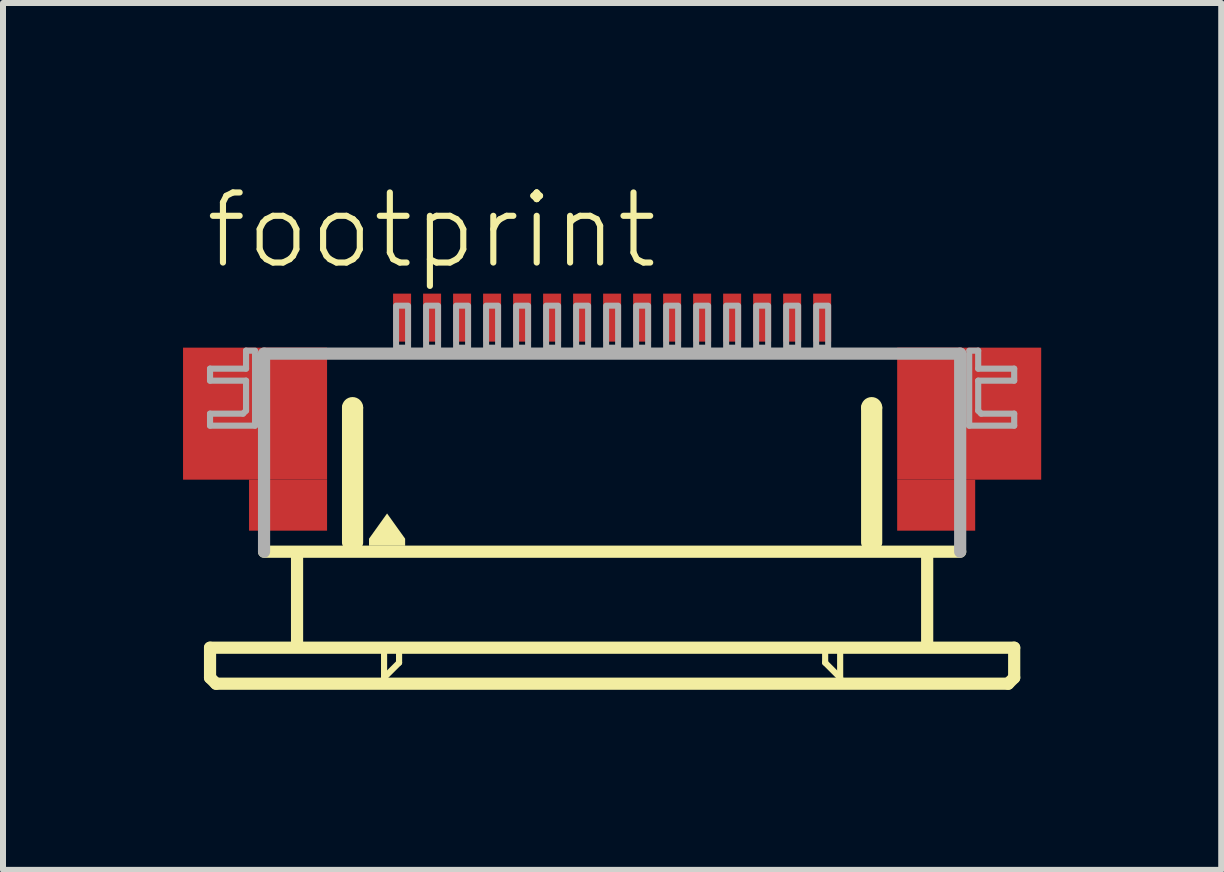
<source format=kicad_pcb>
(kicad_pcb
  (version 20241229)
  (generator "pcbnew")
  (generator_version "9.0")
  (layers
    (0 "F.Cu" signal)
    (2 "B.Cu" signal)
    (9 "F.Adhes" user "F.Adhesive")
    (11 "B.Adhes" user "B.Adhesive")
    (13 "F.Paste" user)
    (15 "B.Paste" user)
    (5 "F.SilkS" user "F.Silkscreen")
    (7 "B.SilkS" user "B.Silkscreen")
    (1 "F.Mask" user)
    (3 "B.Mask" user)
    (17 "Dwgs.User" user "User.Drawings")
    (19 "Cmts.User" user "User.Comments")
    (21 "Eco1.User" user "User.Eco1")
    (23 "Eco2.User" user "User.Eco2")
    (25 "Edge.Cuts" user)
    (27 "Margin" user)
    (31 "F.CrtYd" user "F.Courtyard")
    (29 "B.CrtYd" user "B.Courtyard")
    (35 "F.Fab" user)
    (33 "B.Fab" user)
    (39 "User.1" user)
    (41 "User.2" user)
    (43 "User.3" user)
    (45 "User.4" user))
  (footprint "footprint"
    (layer "F.Cu")
    (at 7.15 4.743)
    (property "Reference" "footprint" (at -6.83 -3.27 0) (layer "F.SilkS") (effects (font (size 1.168 1.168) (thickness 0.102)) (justify left bottom)))
    (fp_poly (pts (xy -7.15 0.2) (xy -4.75 0.2) (xy -4.75 -2) (xy -7.15 -2)) (stroke (width 0) (type solid)) (fill yes) (layer "F.Cu"))
    (fp_poly (pts (xy -6.05 1.05) (xy -4.75 1.05) (xy -4.75 0.2) (xy -6.05 0.2)) (stroke (width 0) (type solid)) (fill yes) (layer "F.Cu"))
    (fp_poly (pts (xy 4.75 0.2) (xy 7.15 0.2) (xy 7.15 -2) (xy 4.75 -2)) (stroke (width 0) (type solid)) (fill yes) (layer "F.Cu"))
    (fp_poly (pts (xy 4.75 1.05) (xy 6.05 1.05) (xy 6.05 0.2) (xy 4.75 0.2)) (stroke (width 0) (type solid)) (fill yes) (layer "F.Cu"))
    (fp_poly (pts (xy -7.15 0.2) (xy -6 0.2) (xy -6 -2) (xy -7.15 -2)) (stroke (width 0) (type solid)) (fill yes) (layer "F.Mask"))
    (fp_poly (pts (xy -6.05 1.05) (xy -4.75 1.05) (xy -4.75 -2) (xy -6.05 -2)) (stroke (width 0) (type solid)) (fill yes) (layer "F.Mask"))
    (fp_poly (pts (xy 6.05 -2) (xy 4.75 -2) (xy 4.75 1.05) (xy 6.05 1.05)) (stroke (width 0) (type solid)) (fill yes) (layer "F.Mask"))
    (fp_poly (pts (xy 7.15 -2) (xy 6 -2) (xy 6 0.2) (xy 7.15 0.2)) (stroke (width 0) (type solid)) (fill yes) (layer "F.Mask"))
    (fp_line (start -6.7 3) (end -6.7 3.5) (stroke (width 0.203) (type solid)) (layer "F.SilkS"))
    (fp_line (start -6.7 3.5) (end -6.6 3.6) (stroke (width 0.203) (type solid)) (layer "F.SilkS"))
    (fp_line (start -6.6 3.6) (end 6.6 3.6) (stroke (width 0.203) (type solid)) (layer "F.SilkS"))
    (fp_line (start -5.25 1.5) (end -5.25 2.9) (stroke (width 0.203) (type solid)) (layer "F.SilkS"))
    (fp_line (start -4.4 1.25) (end -4.4 -1) (stroke (width 0.203) (type solid)) (layer "F.SilkS"))
    (fp_line (start -4.25 -1) (end -4.25 1.25) (stroke (width 0.203) (type solid)) (layer "F.SilkS"))
    (fp_line (start -3.8 3.1) (end -3.8 3.5) (stroke (width 0.102) (type solid)) (layer "F.SilkS"))
    (fp_line (start -3.8 3.5) (end -3.55 3.25) (stroke (width 0.102) (type solid)) (layer "F.SilkS"))
    (fp_line (start -3.55 3.25) (end -3.55 3.1) (stroke (width 0.102) (type solid)) (layer "F.SilkS"))
    (fp_line (start 3.55 3.1) (end 3.55 3.25) (stroke (width 0.102) (type solid)) (layer "F.SilkS"))
    (fp_line (start 3.55 3.25) (end 3.8 3.5) (stroke (width 0.102) (type solid)) (layer "F.SilkS"))
    (fp_line (start 3.8 3.5) (end 3.8 3.1) (stroke (width 0.102) (type solid)) (layer "F.SilkS"))
    (fp_line (start 4.25 1.25) (end 4.25 -1) (stroke (width 0.203) (type solid)) (layer "F.SilkS"))
    (fp_line (start 4.4 -1) (end 4.4 1.25) (stroke (width 0.203) (type solid)) (layer "F.SilkS"))
    (fp_line (start 5.25 1.5) (end 5.25 2.9) (stroke (width 0.203) (type solid)) (layer "F.SilkS"))
    (fp_line (start 5.8 1.4) (end -5.8 1.4) (stroke (width 0.203) (type solid)) (layer "F.SilkS"))
    (fp_line (start 6.6 3.6) (end 6.7 3.5) (stroke (width 0.203) (type solid)) (layer "F.SilkS"))
    (fp_line (start 6.7 3) (end -6.7 3) (stroke (width 0.203) (type solid)) (layer "F.SilkS"))
    (fp_line (start 6.7 3.5) (end 6.7 3) (stroke (width 0.203) (type solid)) (layer "F.SilkS"))
    (fp_arc (start -4.4 -1) (mid -4.325 -1.075) (end -4.25 -1) (stroke (width 0.2032) (type solid)) (layer "F.SilkS"))
    (fp_arc (start 4.25 -1) (mid 4.325 -1.075) (end 4.4 -1) (stroke (width 0.2032) (type solid)) (layer "F.SilkS"))
    (fp_poly (pts (xy -3.449 1.184) (xy -3.449 1.301) (xy -4.051 1.301) (xy -4.051 1.184) (xy -3.75 0.763)) (stroke (width 0) (type solid)) (fill yes) (layer "F.SilkS"))
    (fp_poly (pts (xy -6.95 0.05) (xy -4.95 0.05) (xy -4.95 -1.85) (xy -6.95 -1.85)) (stroke (width 0) (type solid)) (fill yes) (layer "F.Paste"))
    (fp_poly (pts (xy 6.95 -1.85) (xy 4.95 -1.85) (xy 4.95 0.05) (xy 6.95 0.05)) (stroke (width 0) (type solid)) (fill yes) (layer "F.Paste"))
    (fp_line (start -6.7 -1.65) (end -6.7 -1.45) (stroke (width 0.102) (type solid)) (layer "F.Fab"))
    (fp_line (start -6.7 -1.45) (end -6.1 -1.45) (stroke (width 0.102) (type solid)) (layer "F.Fab"))
    (fp_line (start -6.7 -0.9) (end -6.7 -0.7) (stroke (width 0.102) (type solid)) (layer "F.Fab"))
    (fp_line (start -6.7 -0.7) (end -5.95 -0.7) (stroke (width 0.102) (type solid)) (layer "F.Fab"))
    (fp_line (start -6.15 -0.9) (end -6.7 -0.9) (stroke (width 0.102) (type solid)) (layer "F.Fab"))
    (fp_line (start -6.1 -1.95) (end -6.1 -1.65) (stroke (width 0.102) (type solid)) (layer "F.Fab"))
    (fp_line (start -6.1 -1.65) (end -6.7 -1.65) (stroke (width 0.102) (type solid)) (layer "F.Fab"))
    (fp_line (start -6.1 -1.45) (end -6.1 -0.95) (stroke (width 0.102) (type solid)) (layer "F.Fab"))
    (fp_line (start -6.1 -0.95) (end -6.15 -0.9) (stroke (width 0.102) (type solid)) (layer "F.Fab"))
    (fp_line (start -5.95 -1.95) (end -6.1 -1.95) (stroke (width 0.102) (type solid)) (layer "F.Fab"))
    (fp_line (start -5.95 -0.7) (end -5.95 -1.9) (stroke (width 0.102) (type solid)) (layer "F.Fab"))
    (fp_line (start -5.8 -1.9) (end 5.8 -1.9) (stroke (width 0.203) (type solid)) (layer "F.Fab"))
    (fp_line (start -5.8 1.4) (end -5.8 -1.9) (stroke (width 0.203) (type solid)) (layer "F.Fab"))
    (fp_line (start 5.8 -1.9) (end 5.8 1.4) (stroke (width 0.203) (type solid)) (layer "F.Fab"))
    (fp_line (start 5.95 -1.95) (end 6.1 -1.95) (stroke (width 0.102) (type solid)) (layer "F.Fab"))
    (fp_line (start 5.95 -0.7) (end 5.95 -1.9) (stroke (width 0.102) (type solid)) (layer "F.Fab"))
    (fp_line (start 6.1 -1.95) (end 6.1 -1.65) (stroke (width 0.102) (type solid)) (layer "F.Fab"))
    (fp_line (start 6.1 -1.65) (end 6.7 -1.65) (stroke (width 0.102) (type solid)) (layer "F.Fab"))
    (fp_line (start 6.1 -1.45) (end 6.1 -0.95) (stroke (width 0.102) (type solid)) (layer "F.Fab"))
    (fp_line (start 6.1 -0.95) (end 6.15 -0.9) (stroke (width 0.102) (type solid)) (layer "F.Fab"))
    (fp_line (start 6.15 -0.9) (end 6.7 -0.9) (stroke (width 0.102) (type solid)) (layer "F.Fab"))
    (fp_line (start 6.7 -1.65) (end 6.7 -1.45) (stroke (width 0.102) (type solid)) (layer "F.Fab"))
    (fp_line (start 6.7 -1.45) (end 6.1 -1.45) (stroke (width 0.102) (type solid)) (layer "F.Fab"))
    (fp_line (start 6.7 -0.9) (end 6.7 -0.7) (stroke (width 0.102) (type solid)) (layer "F.Fab"))
    (fp_line (start 6.7 -0.7) (end 5.95 -0.7) (stroke (width 0.102) (type solid)) (layer "F.Fab"))
    (fp_poly (pts (xy -3.6 -2) (xy -3.4 -2) (xy -3.4 -2.7) (xy -3.6 -2.7)) (stroke (width 0.1) (type solid)) (fill no) (layer "F.Fab"))
    (fp_poly (pts (xy -3.1 -2) (xy -2.9 -2) (xy -2.9 -2.7) (xy -3.1 -2.7)) (stroke (width 0.1) (type solid)) (fill no) (layer "F.Fab"))
    (fp_poly (pts (xy -2.6 -2) (xy -2.4 -2) (xy -2.4 -2.7) (xy -2.6 -2.7)) (stroke (width 0.1) (type solid)) (fill no) (layer "F.Fab"))
    (fp_poly (pts (xy -2.1 -2) (xy -1.9 -2) (xy -1.9 -2.7) (xy -2.1 -2.7)) (stroke (width 0.1) (type solid)) (fill no) (layer "F.Fab"))
    (fp_poly (pts (xy -1.6 -2) (xy -1.4 -2) (xy -1.4 -2.7) (xy -1.6 -2.7)) (stroke (width 0.1) (type solid)) (fill no) (layer "F.Fab"))
    (fp_poly (pts (xy -1.1 -2) (xy -0.9 -2) (xy -0.9 -2.7) (xy -1.1 -2.7)) (stroke (width 0.1) (type solid)) (fill no) (layer "F.Fab"))
    (fp_poly (pts (xy -0.6 -2) (xy -0.4 -2) (xy -0.4 -2.7) (xy -0.6 -2.7)) (stroke (width 0.1) (type solid)) (fill no) (layer "F.Fab"))
    (fp_poly (pts (xy -0.1 -2) (xy 0.1 -2) (xy 0.1 -2.7) (xy -0.1 -2.7)) (stroke (width 0.1) (type solid)) (fill no) (layer "F.Fab"))
    (fp_poly (pts (xy 0.4 -2) (xy 0.6 -2) (xy 0.6 -2.7) (xy 0.4 -2.7)) (stroke (width 0.1) (type solid)) (fill no) (layer "F.Fab"))
    (fp_poly (pts (xy 0.9 -2) (xy 1.1 -2) (xy 1.1 -2.7) (xy 0.9 -2.7)) (stroke (width 0.1) (type solid)) (fill no) (layer "F.Fab"))
    (fp_poly (pts (xy 1.4 -2) (xy 1.6 -2) (xy 1.6 -2.7) (xy 1.4 -2.7)) (stroke (width 0.1) (type solid)) (fill no) (layer "F.Fab"))
    (fp_poly (pts (xy 1.9 -2) (xy 2.1 -2) (xy 2.1 -2.7) (xy 1.9 -2.7)) (stroke (width 0.1) (type solid)) (fill no) (layer "F.Fab"))
    (fp_poly (pts (xy 2.4 -2) (xy 2.6 -2) (xy 2.6 -2.7) (xy 2.4 -2.7)) (stroke (width 0.1) (type solid)) (fill no) (layer "F.Fab"))
    (fp_poly (pts (xy 2.9 -2) (xy 3.1 -2) (xy 3.1 -2.7) (xy 2.9 -2.7)) (stroke (width 0.1) (type solid)) (fill no) (layer "F.Fab"))
    (fp_poly (pts (xy 3.4 -2) (xy 3.6 -2) (xy 3.6 -2.7) (xy 3.4 -2.7)) (stroke (width 0.1) (type solid)) (fill no) (layer "F.Fab"))
    (pad "1" smd rect (at -3.5 -2.5) (size 0.3 0.8) (layers "F.Cu" "F.Mask" "F.Paste"))
    (pad "2" smd rect (at -3 -2.5) (size 0.3 0.8) (layers "F.Cu" "F.Mask" "F.Paste"))
    (pad "3" smd rect (at -2.5 -2.5) (size 0.3 0.8) (layers "F.Cu" "F.Mask" "F.Paste"))
    (pad "4" smd rect (at -2 -2.5) (size 0.3 0.8) (layers "F.Cu" "F.Mask" "F.Paste"))
    (pad "5" smd rect (at -1.5 -2.5) (size 0.3 0.8) (layers "F.Cu" "F.Mask" "F.Paste"))
    (pad "6" smd rect (at -1 -2.5) (size 0.3 0.8) (layers "F.Cu" "F.Mask" "F.Paste"))
    (pad "7" smd rect (at -0.5 -2.5) (size 0.3 0.8) (layers "F.Cu" "F.Mask" "F.Paste"))
    (pad "8" smd rect (at 0 -2.5) (size 0.3 0.8) (layers "F.Cu" "F.Mask" "F.Paste"))
    (pad "9" smd rect (at 0.5 -2.5) (size 0.3 0.8) (layers "F.Cu" "F.Mask" "F.Paste"))
    (pad "10" smd rect (at 1 -2.5) (size 0.3 0.8) (layers "F.Cu" "F.Mask" "F.Paste"))
    (pad "11" smd rect (at 1.5 -2.5) (size 0.3 0.8) (layers "F.Cu" "F.Mask" "F.Paste"))
    (pad "12" smd rect (at 2 -2.5) (size 0.3 0.8) (layers "F.Cu" "F.Mask" "F.Paste"))
    (pad "13" smd rect (at 2.5 -2.5) (size 0.3 0.8) (layers "F.Cu" "F.Mask" "F.Paste"))
    (pad "14" smd rect (at 3 -2.5) (size 0.3 0.8) (layers "F.Cu" "F.Mask" "F.Paste"))
    (pad "15" smd rect (at 3.5 -2.5) (size 0.3 0.8) (layers "F.Cu" "F.Mask" "F.Paste")))
  (gr_rect
    (start -3 -3)
    (end 17.3 11.445)
    (stroke (width 0.1) (type default))
    (fill no)
    (layer "Edge.Cuts")))
</source>
